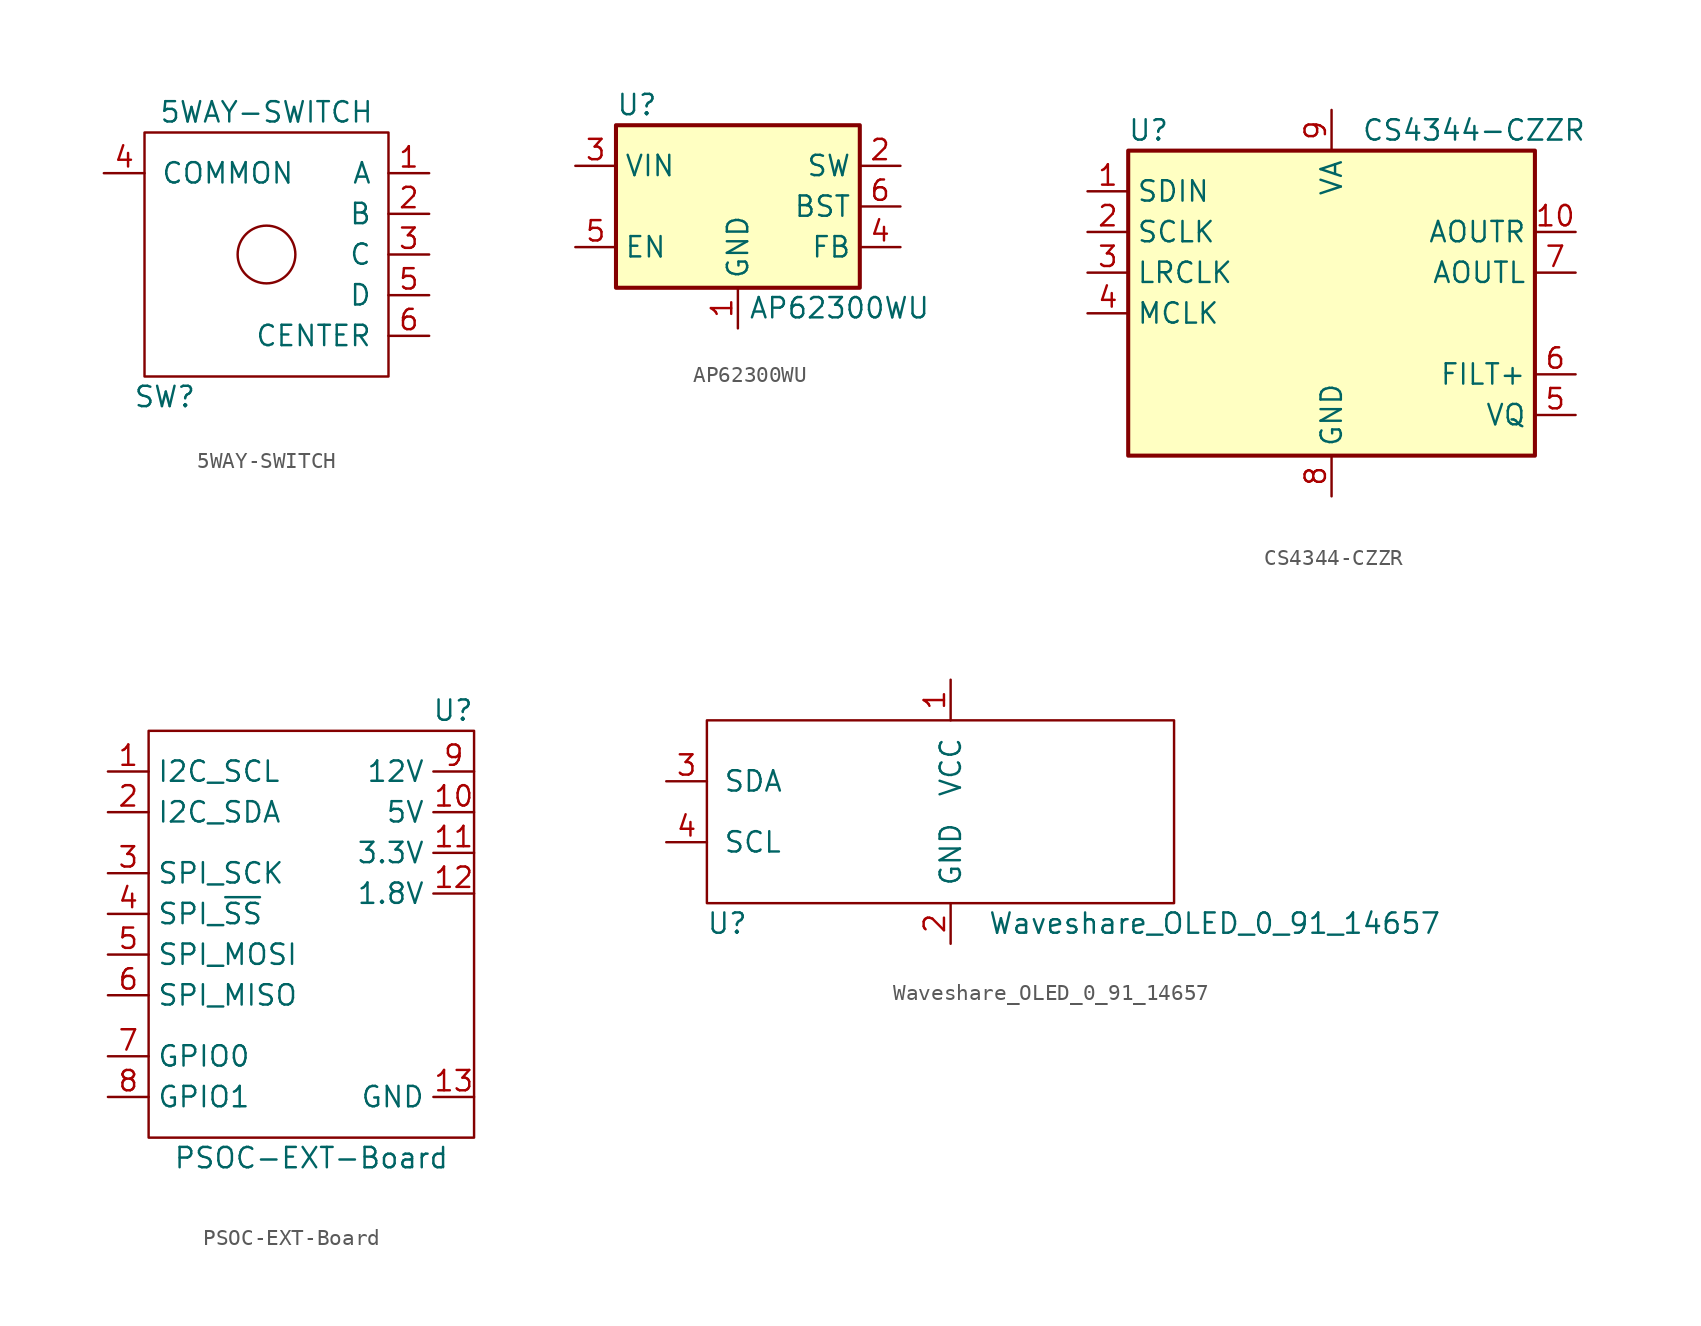
<source format=kicad_sym>
(kicad_symbol_lib
  (version 20211014)
  (generator kicad_symbol_editor)
  (symbol "5WAY-SWITCH"
    (pin_names
      (offset 1.016))
    (property "Reference" "SW"
      (at -6.35 -8.89 0)
      (effects (font (size 1.27 1.27))))
    (property "Value" "5WAY-SWITCH"
      (at 0 8.89 0)
      (effects (font (size 1.27 1.27))))
    (symbol "5WAY-SWITCH_0_1"
      (rectangle (start -7.62 7.62) (end 7.62 -7.62) (stroke (width 0) (type default) (color 0 0 0 0)) (fill (type none)))
      (circle (center 0 0) (radius 1.803) (stroke (width 0) (type default) (color 0 0 0 0)) (fill (type none))))
    (symbol "5WAY-SWITCH_1_1"
      (pin output line (at 10.16 5.08 180) (length 2.54) (name "A" (effects (font (size 1.27 1.27)))) (number "1" (effects (font (size 1.27 1.27)))))
      (pin output line (at 10.16 2.54 180) (length 2.54) (name "B" (effects (font (size 1.27 1.27)))) (number "2" (effects (font (size 1.27 1.27)))))
      (pin output line (at 10.16 0 180) (length 2.54) (name "C" (effects (font (size 1.27 1.27)))) (number "3" (effects (font (size 1.27 1.27)))))
      (pin input line (at -10.16 5.08 0) (length 2.54) (name "COMMON" (effects (font (size 1.27 1.27)))) (number "4" (effects (font (size 1.27 1.27)))))
      (pin output line (at 10.16 -2.54 180) (length 2.54) (name "D" (effects (font (size 1.27 1.27)))) (number "5" (effects (font (size 1.27 1.27)))))
      (pin output line (at 10.16 -5.08 180) (length 2.54) (name "CENTER" (effects (font (size 1.27 1.27)))) (number "6" (effects (font (size 1.27 1.27)))))))
  (symbol "AP62300WU"
    (property "Reference" "U"
      (at -7.62 6.35 0)
      (effects (font (size 1.27 1.27)) (justify left)))
    (property "Value" "AP62300WU"
      (at 6.35 -6.35 0)
      (effects (font (size 1.27 1.27))))
    (symbol "AP62300WU_0_1"
      (rectangle (start -7.62 5.08) (end 7.62 -5.08) (stroke (width 0.254) (type default) (color 0 0 0 0)) (fill (type background))))
    (symbol "AP62300WU_1_1"
      (pin power_in line (at 0 -7.62 90) (length 2.54) (name "GND" (effects (font (size 1.27 1.27)))) (number "1" (effects (font (size 1.27 1.27)))))
      (pin output line (at 10.16 2.54 180) (length 2.54) (name "SW" (effects (font (size 1.27 1.27)))) (number "2" (effects (font (size 1.27 1.27)))))
      (pin power_in line (at -10.16 2.54 0) (length 2.54) (name "VIN" (effects (font (size 1.27 1.27)))) (number "3" (effects (font (size 1.27 1.27)))))
      (pin input line (at 10.16 -2.54 180) (length 2.54) (name "FB" (effects (font (size 1.27 1.27)))) (number "4" (effects (font (size 1.27 1.27)))))
      (pin input line (at -10.16 -2.54 0) (length 2.54) (name "EN" (effects (font (size 1.27 1.27)))) (number "5" (effects (font (size 1.27 1.27)))))
      (pin passive line (at 10.16 0 180) (length 2.54) (name "BST" (effects (font (size 1.27 1.27)))) (number "6" (effects (font (size 1.27 1.27)))))))
  (symbol "CS4344-CZZR"
    (property "Reference" "U"
      (at -11.43 21.59 0)
      (effects (font (size 1.27 1.27))))
    (property "Value" "CS4344-CZZR"
      (at 8.89 21.59 0)
      (effects (font (size 1.27 1.27))))
    (symbol "CS4344-CZZR_0_1"
      (rectangle (start -12.7 20.32) (end 12.7 1.27) (stroke (width 0.254) (type default) (color 0 0 0 0)) (fill (type background))))
    (symbol "CS4344-CZZR_1_0"
      (pin input line (at -15.24 17.78 0) (length 2.54) (name "SDIN" (effects (font (size 1.27 1.27)))) (number "1" (effects (font (size 1.27 1.27)))))
      (pin output line (at 15.24 15.24 180) (length 2.54) (name "AOUTR" (effects (font (size 1.27 1.27)))) (number "10" (effects (font (size 1.27 1.27)))))
      (pin bidirectional line (at -15.24 15.24 0) (length 2.54) (name "SCLK" (effects (font (size 1.27 1.27)))) (number "2" (effects (font (size 1.27 1.27)))))
      (pin bidirectional line (at -15.24 12.7 0) (length 2.54) (name "LRCLK" (effects (font (size 1.27 1.27)))) (number "3" (effects (font (size 1.27 1.27)))))
      (pin input line (at -15.24 10.16 0) (length 2.54) (name "MCLK" (effects (font (size 1.27 1.27)))) (number "4" (effects (font (size 1.27 1.27)))))
      (pin passive line (at 15.24 3.81 180) (length 2.54) (name "VQ" (effects (font (size 1.27 1.27)))) (number "5" (effects (font (size 1.27 1.27)))))
      (pin passive line (at 15.24 6.35 180) (length 2.54) (name "FILT+" (effects (font (size 1.27 1.27)))) (number "6" (effects (font (size 1.27 1.27)))))
      (pin output line (at 15.24 12.7 180) (length 2.54) (name "AOUTL" (effects (font (size 1.27 1.27)))) (number "7" (effects (font (size 1.27 1.27)))))
      (pin power_in line (at 0 -1.27 90) (length 2.54) (name "GND" (effects (font (size 1.27 1.27)))) (number "8" (effects (font (size 1.27 1.27)))))
      (pin power_in line (at 0 22.86 270) (length 2.54) (name "VA" (effects (font (size 1.27 1.27)))) (number "9" (effects (font (size 1.27 1.27)))))))
  (symbol "PSOC-EXT-Board"
    (property "Reference" "U"
      (at 10.16 11.43 0)
      (effects (font (size 1.27 1.27)) (justify right)))
    (property "Value" "PSOC-EXT-Board"
      (at 0 -16.51 0)
      (effects (font (size 1.27 1.27))))
    (symbol "PSOC-EXT-Board_0_1"
      (rectangle (start -10.16 10.16) (end 10.16 -15.24) (stroke (width 0.152) (type default) (color 0 0 0 0)) (fill (type none))))
    (symbol "PSOC-EXT-Board_1_1"
      (pin bidirectional line (at -12.7 7.62 0) (length 2.54) (name "I2C_SCL" (effects (font (size 1.27 1.27)))) (number "1" (effects (font (size 1.27 1.27)))))
      (pin power_in line (at 10.16 5.08 180) (length 2.54) (name "5V" (effects (font (size 1.27 1.27)))) (number "10" (effects (font (size 1.27 1.27)))))
      (pin power_in line (at 10.16 2.54 180) (length 2.54) (name "3.3V" (effects (font (size 1.27 1.27)))) (number "11" (effects (font (size 1.27 1.27)))))
      (pin power_in line (at 10.16 0 180) (length 2.54) (name "1.8V" (effects (font (size 1.27 1.27)))) (number "12" (effects (font (size 1.27 1.27)))))
      (pin power_in line (at 10.16 -12.7 180) (length 2.54) (name "GND" (effects (font (size 1.27 1.27)))) (number "13" (effects (font (size 1.27 1.27)))))
      (pin bidirectional line (at -12.7 5.08 0) (length 2.54) (name "I2C_SDA" (effects (font (size 1.27 1.27)))) (number "2" (effects (font (size 1.27 1.27)))))
      (pin input line (at -12.7 1.27 0) (length 2.54) (name "SPI_SCK" (effects (font (size 1.27 1.27)))) (number "3" (effects (font (size 1.27 1.27)))))
      (pin input line (at -12.7 -1.27 0) (length 2.54) (name "SPI_~{SS}" (effects (font (size 1.27 1.27)))) (number "4" (effects (font (size 1.27 1.27)))))
      (pin input line (at -12.7 -3.81 0) (length 2.54) (name "SPI_MOSI" (effects (font (size 1.27 1.27)))) (number "5" (effects (font (size 1.27 1.27)))))
      (pin output line (at -12.7 -6.35 0) (length 2.54) (name "SPI_MISO" (effects (font (size 1.27 1.27)))) (number "6" (effects (font (size 1.27 1.27)))))
      (pin bidirectional line (at -12.7 -10.16 0) (length 2.54) (name "GPIO0" (effects (font (size 1.27 1.27)))) (number "7" (effects (font (size 1.27 1.27)))))
      (pin bidirectional line (at -12.7 -12.7 0) (length 2.54) (name "GPIO1" (effects (font (size 1.27 1.27)))) (number "8" (effects (font (size 1.27 1.27)))))
      (pin power_in line (at 10.16 7.62 180) (length 2.54) (name "12V" (effects (font (size 1.27 1.27)))) (number "9" (effects (font (size 1.27 1.27)))))))
  (symbol "Waveshare_OLED_0_91_14657"
    (pin_names
      (offset 1.016))
    (property "Reference" "U"
      (at -13.97 -6.35 0)
      (effects (font (size 1.27 1.27))))
    (property "Value" "Waveshare_OLED_0_91_14657"
      (at 16.51 -6.35 0)
      (effects (font (size 1.27 1.27))))
    (symbol "Waveshare_OLED_0_91_14657_0_1"
      (rectangle (start -15.24 6.35) (end 13.97 -5.08) (stroke (width 0) (type default) (color 0 0 0 0)) (fill (type none))))
    (symbol "Waveshare_OLED_0_91_14657_1_1"
      (pin power_in line (at 0 8.89 270) (length 2.54) (name "VCC" (effects (font (size 1.27 1.27)))) (number "1" (effects (font (size 1.27 1.27)))))
      (pin power_in line (at 0 -7.62 90) (length 2.54) (name "GND" (effects (font (size 1.27 1.27)))) (number "2" (effects (font (size 1.27 1.27)))))
      (pin input line (at -17.78 2.54 0) (length 2.54) (name "SDA" (effects (font (size 1.27 1.27)))) (number "3" (effects (font (size 1.27 1.27)))))
      (pin input line (at -17.78 -1.27 0) (length 2.54) (name "SCL" (effects (font (size 1.27 1.27)))) (number "4" (effects (font (size 1.27 1.27))))))))
</source>
